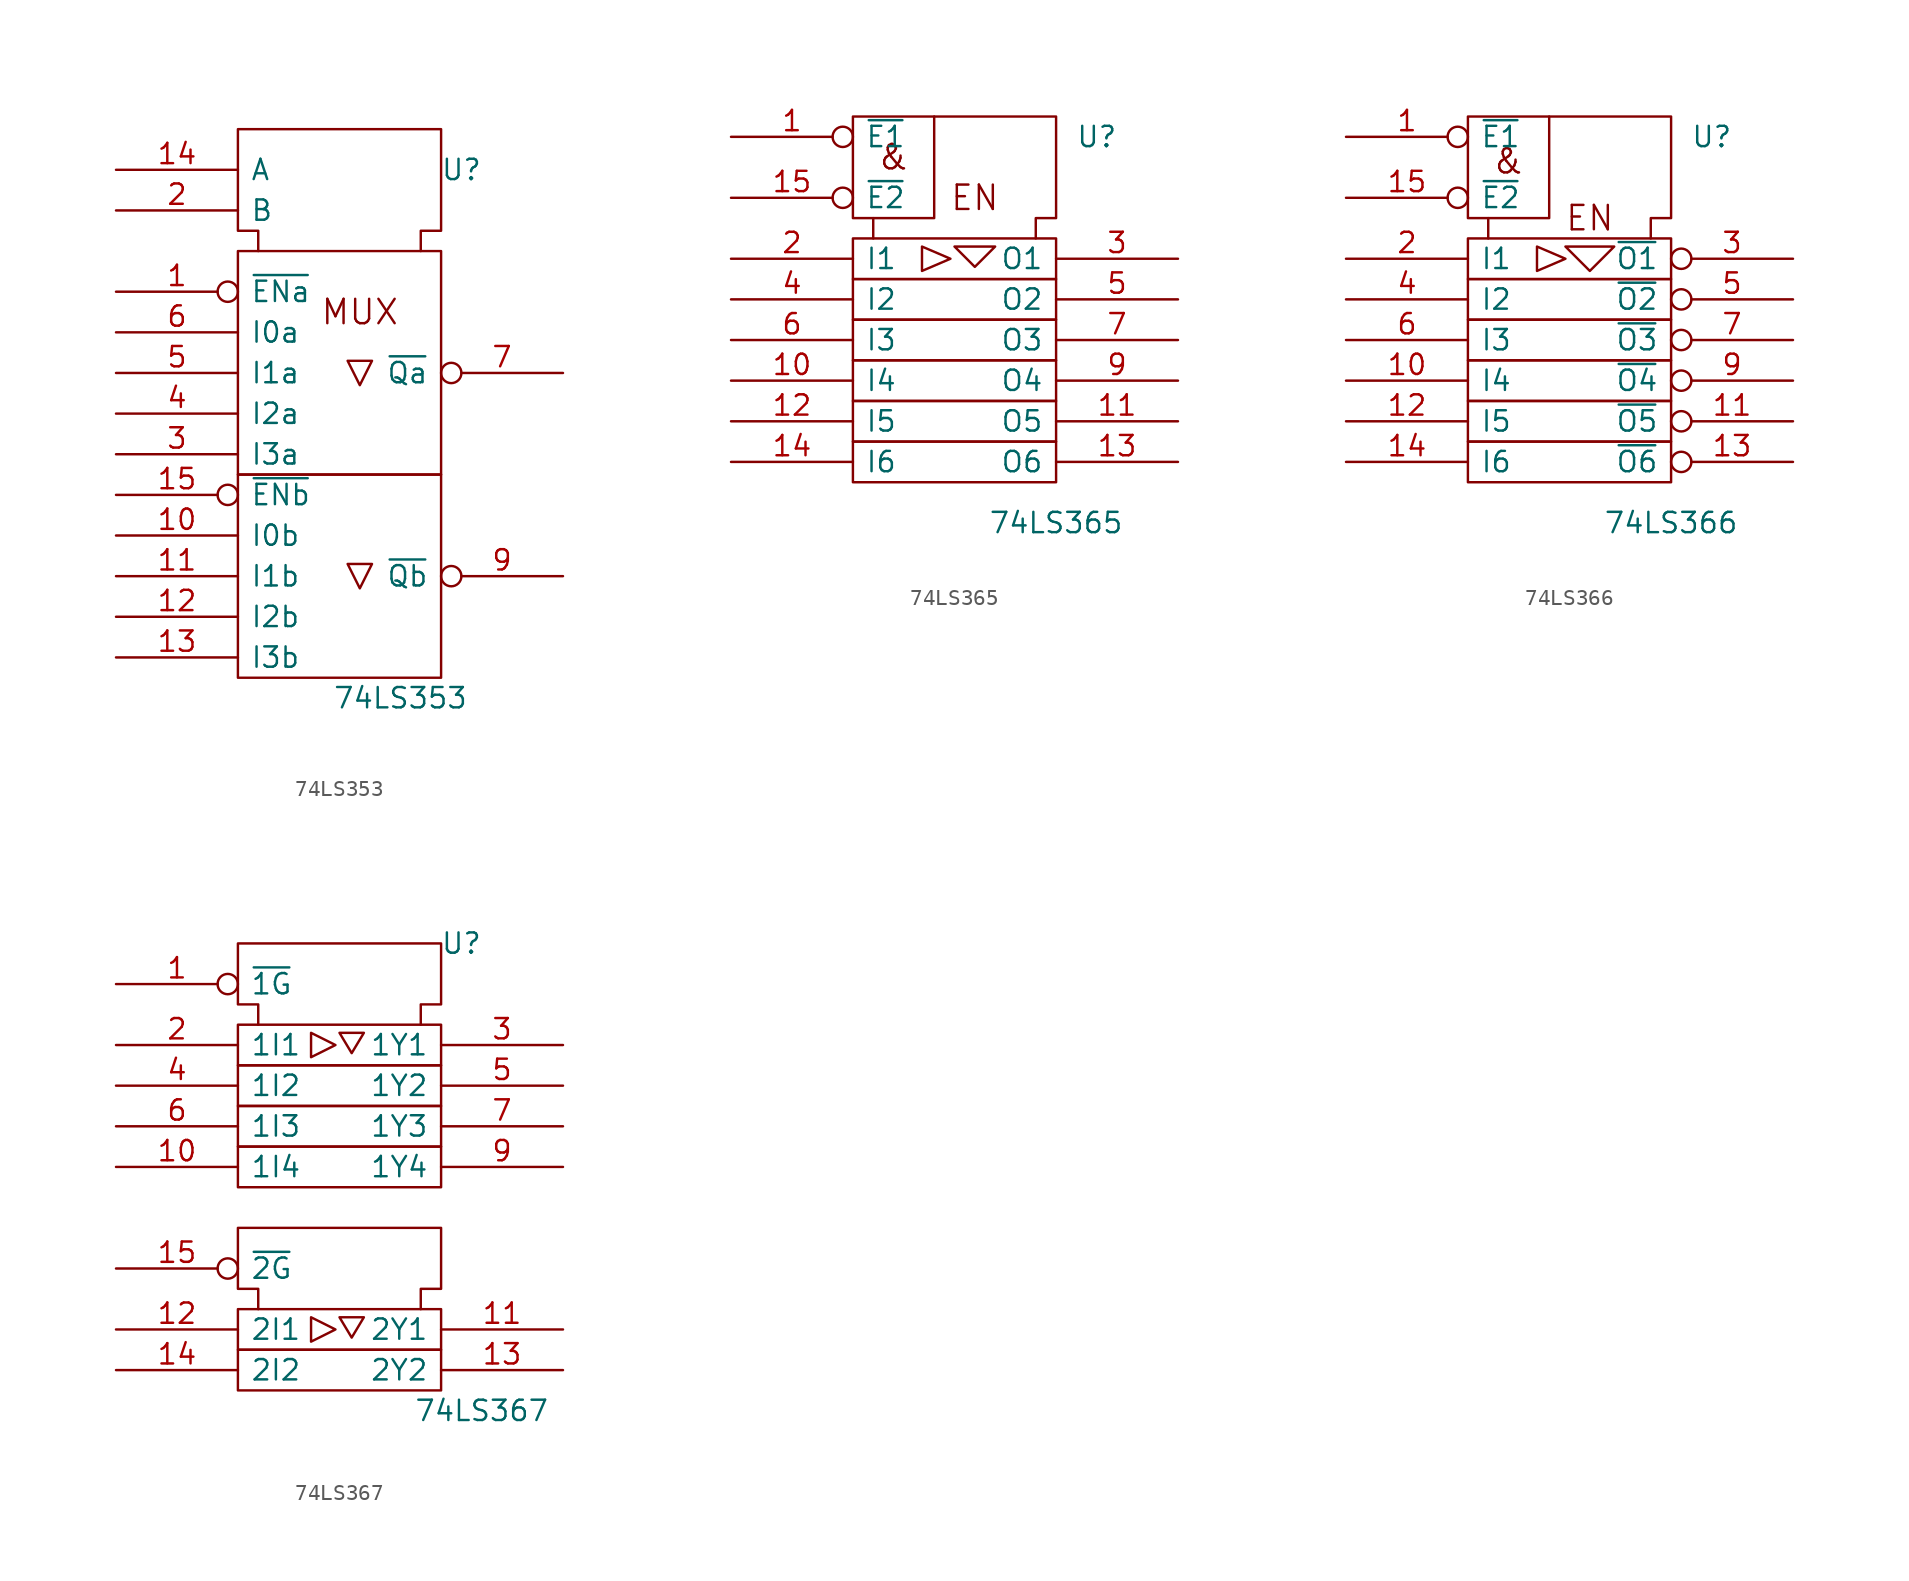
<source format=kicad_sym>
(kicad_symbol_lib
  (version 20231120)
  (generator "kicad_symbol_editor")
  (generator_version "8.0")
  (symbol "74LS353"
    (pin_names
      (offset 0.762))
    (property "Reference" "U"
      (at 7.62 16.51 0)
      (effects (font (size 1.27 1.27))))
    (property "Value" "74LS353"
      (at 3.81 -16.51 0)
      (effects (font (size 1.27 1.27))))
    (symbol "74LS353_0_0"
      (rectangle (start -6.35 -2.54) (end 6.35 -15.24) (stroke (width 0) (type default)) (fill (type none)))
      (rectangle (start -6.35 11.43) (end 6.35 -2.54) (stroke (width 0) (type default)) (fill (type none)))
      (polyline (pts (xy 2.032 -8.128) (xy 0.508 -8.128) (xy 1.27 -9.652) (xy 2.032 -8.128) (xy 2.032 -8.128)) (stroke (width 0) (type default)) (fill (type none)))
      (polyline (pts (xy 2.032 4.572) (xy 0.508 4.572) (xy 1.27 3.048) (xy 2.032 4.572) (xy 2.032 4.572)) (stroke (width 0) (type default)) (fill (type none)))
      (polyline (pts (xy -5.08 11.43) (xy -5.08 12.7) (xy -6.35 12.7) (xy -6.35 19.05) (xy 6.35 19.05) (xy 6.35 12.7) (xy 5.08 12.7) (xy 5.08 11.43) (xy 5.08 11.43)) (stroke (width 0) (type default)) (fill (type none)))
      (text "MUX" (at 1.27 7.62 0) (effects (font (size 1.524 1.524))))
      (pin power_in line (at 3.81 19.05 270) (length 0) hide (name "VCC" (effects (font (size 1.27 1.27)))) (number "16" (effects (font (size 1.27 1.27)))))
      (pin power_in line (at 0 19.05 270) (length 0) hide (name "GND" (effects (font (size 1.27 1.27)))) (number "8" (effects (font (size 1.27 1.27))))))
    (symbol "74LS353_1_1"
      (pin input inverted (at -13.97 8.89 0) (length 7.62) (name "~{ENa}" (effects (font (size 1.27 1.27)))) (number "1" (effects (font (size 1.27 1.27)))))
      (pin input line (at -13.97 -6.35 0) (length 7.62) (name "I0b" (effects (font (size 1.27 1.27)))) (number "10" (effects (font (size 1.27 1.27)))))
      (pin input line (at -13.97 -8.89 0) (length 7.62) (name "I1b" (effects (font (size 1.27 1.27)))) (number "11" (effects (font (size 1.27 1.27)))))
      (pin input line (at -13.97 -11.43 0) (length 7.62) (name "I2b" (effects (font (size 1.27 1.27)))) (number "12" (effects (font (size 1.27 1.27)))))
      (pin input line (at -13.97 -13.97 0) (length 7.62) (name "I3b" (effects (font (size 1.27 1.27)))) (number "13" (effects (font (size 1.27 1.27)))))
      (pin input line (at -13.97 16.51 0) (length 7.62) (name "A" (effects (font (size 1.27 1.27)))) (number "14" (effects (font (size 1.27 1.27)))))
      (pin input inverted (at -13.97 -3.81 0) (length 7.62) (name "~{ENb}" (effects (font (size 1.27 1.27)))) (number "15" (effects (font (size 1.27 1.27)))))
      (pin input line (at -13.97 13.97 0) (length 7.62) (name "B" (effects (font (size 1.27 1.27)))) (number "2" (effects (font (size 1.27 1.27)))))
      (pin input line (at -13.97 -1.27 0) (length 7.62) (name "I3a" (effects (font (size 1.27 1.27)))) (number "3" (effects (font (size 1.27 1.27)))))
      (pin input line (at -13.97 1.27 0) (length 7.62) (name "I2a" (effects (font (size 1.27 1.27)))) (number "4" (effects (font (size 1.27 1.27)))))
      (pin input line (at -13.97 3.81 0) (length 7.62) (name "I1a" (effects (font (size 1.27 1.27)))) (number "5" (effects (font (size 1.27 1.27)))))
      (pin input line (at -13.97 6.35 0) (length 7.62) (name "I0a" (effects (font (size 1.27 1.27)))) (number "6" (effects (font (size 1.27 1.27)))))
      (pin tri_state inverted (at 13.97 3.81 180) (length 7.62) (name "~{Qa}" (effects (font (size 1.27 1.27)))) (number "7" (effects (font (size 1.27 1.27)))))
      (pin tri_state inverted (at 13.97 -8.89 180) (length 7.62) (name "~{Qb}" (effects (font (size 1.27 1.27)))) (number "9" (effects (font (size 1.27 1.27)))))))
  (symbol "74LS365"
    (pin_names
      (offset 0.762))
    (property "Reference" "U"
      (at 8.89 12.7 0)
      (effects (font (size 1.27 1.27))))
    (property "Value" "74LS365"
      (at 6.35 -11.43 0)
      (effects (font (size 1.27 1.27))))
    (symbol "74LS365_0_0"
      (polyline (pts (xy -2.032 5.842) (xy -2.032 4.318) (xy -0.254 5.08) (xy -2.032 5.842) (xy -2.032 5.842)) (stroke (width 0) (type default)) (fill (type none)))
      (text "&" (at -3.81 11.43 0) (effects (font (size 1.524 1.524))))
      (text "EN" (at 1.27 8.89 0) (effects (font (size 1.524 1.524))))
      (pin power_in line (at 1.27 13.97 270) (length 0) hide (name "GND" (effects (font (size 1.27 1.27)))) (number "8" (effects (font (size 1.27 1.27))))))
    (symbol "74LS365_0_1"
      (rectangle (start -6.35 -6.35) (end 6.35 -8.89) (stroke (width 0) (type default)) (fill (type none)))
      (rectangle (start -6.35 -3.81) (end 6.35 -6.35) (stroke (width 0) (type default)) (fill (type none)))
      (rectangle (start -6.35 -1.27) (end 6.35 -3.81) (stroke (width 0) (type default)) (fill (type none)))
      (rectangle (start -6.35 1.27) (end 6.35 -1.27) (stroke (width 0) (type default)) (fill (type none)))
      (rectangle (start -6.35 3.81) (end 6.35 1.27) (stroke (width 0) (type default)) (fill (type none)))
      (rectangle (start -6.35 6.35) (end 6.35 3.81) (stroke (width 0) (type default)) (fill (type none)))
      (polyline (pts (xy -1.27 13.97) (xy -1.27 7.62) (xy -5.08 7.62) (xy -5.08 7.62)) (stroke (width 0) (type default)) (fill (type none)))
      (polyline (pts (xy 0 5.842) (xy 2.54 5.842) (xy 1.27 4.572) (xy 0 5.842) (xy 0 5.842)) (stroke (width 0) (type default)) (fill (type none)))
      (polyline (pts (xy -5.08 6.35) (xy -5.08 7.62) (xy -6.35 7.62) (xy -6.35 13.97) (xy 6.35 13.97) (xy 6.35 7.62) (xy 5.08 7.62) (xy 5.08 6.35) (xy 5.08 6.35)) (stroke (width 0) (type default)) (fill (type none)))
      (pin power_in line (at 5.08 13.97 270) (length 0) hide (name "VCC" (effects (font (size 1.27 1.27)))) (number "16" (effects (font (size 1.27 1.27))))))
    (symbol "74LS365_1_1"
      (pin input inverted (at -13.97 12.7 0) (length 7.62) (name "~{E1}" (effects (font (size 1.27 1.27)))) (number "1" (effects (font (size 1.27 1.27)))))
      (pin input line (at -13.97 -2.54 0) (length 7.62) (name "I4" (effects (font (size 1.27 1.27)))) (number "10" (effects (font (size 1.27 1.27)))))
      (pin tri_state line (at 13.97 -5.08 180) (length 7.62) (name "O5" (effects (font (size 1.27 1.27)))) (number "11" (effects (font (size 1.27 1.27)))))
      (pin input line (at -13.97 -5.08 0) (length 7.62) (name "I5" (effects (font (size 1.27 1.27)))) (number "12" (effects (font (size 1.27 1.27)))))
      (pin tri_state line (at 13.97 -7.62 180) (length 7.62) (name "O6" (effects (font (size 1.27 1.27)))) (number "13" (effects (font (size 1.27 1.27)))))
      (pin input line (at -13.97 -7.62 0) (length 7.62) (name "I6" (effects (font (size 1.27 1.27)))) (number "14" (effects (font (size 1.27 1.27)))))
      (pin input inverted (at -13.97 8.89 0) (length 7.62) (name "~{E2}" (effects (font (size 1.27 1.27)))) (number "15" (effects (font (size 1.27 1.27)))))
      (pin input line (at -13.97 5.08 0) (length 7.62) (name "I1" (effects (font (size 1.27 1.27)))) (number "2" (effects (font (size 1.27 1.27)))))
      (pin tri_state line (at 13.97 5.08 180) (length 7.62) (name "O1" (effects (font (size 1.27 1.27)))) (number "3" (effects (font (size 1.27 1.27)))))
      (pin input line (at -13.97 2.54 0) (length 7.62) (name "I2" (effects (font (size 1.27 1.27)))) (number "4" (effects (font (size 1.27 1.27)))))
      (pin tri_state line (at 13.97 2.54 180) (length 7.62) (name "O2" (effects (font (size 1.27 1.27)))) (number "5" (effects (font (size 1.27 1.27)))))
      (pin input line (at -13.97 0 0) (length 7.62) (name "I3" (effects (font (size 1.27 1.27)))) (number "6" (effects (font (size 1.27 1.27)))))
      (pin tri_state line (at 13.97 0 180) (length 7.62) (name "O3" (effects (font (size 1.27 1.27)))) (number "7" (effects (font (size 1.27 1.27)))))
      (pin tri_state line (at 13.97 -2.54 180) (length 7.62) (name "O4" (effects (font (size 1.27 1.27)))) (number "9" (effects (font (size 1.27 1.27)))))))
  (symbol "74LS366"
    (pin_names
      (offset 0.762))
    (property "Reference" "U"
      (at 8.89 12.7 0)
      (effects (font (size 1.27 1.27))))
    (property "Value" "74LS366"
      (at 6.35 -11.43 0)
      (effects (font (size 1.27 1.27))))
    (symbol "74LS366_0_0"
      (polyline (pts (xy -2.032 5.842) (xy -2.032 4.318) (xy -0.254 5.08) (xy -2.032 5.842) (xy -2.032 5.842)) (stroke (width 0) (type default)) (fill (type none)))
      (polyline (pts (xy -0.254 5.842) (xy 1.27 4.318) (xy 2.794 5.842) (xy -0.254 5.842) (xy -0.254 5.842)) (stroke (width 0) (type default)) (fill (type none)))
      (text "&" (at -3.81 11.176 0) (effects (font (size 1.524 1.524))))
      (text "EN" (at 1.27 7.62 0) (effects (font (size 1.524 1.524))))
      (pin power_in line (at 1.27 13.97 270) (length 0) hide (name "GND" (effects (font (size 1.27 1.27)))) (number "8" (effects (font (size 1.27 1.27))))))
    (symbol "74LS366_0_1"
      (rectangle (start -6.35 -6.35) (end 6.35 -8.89) (stroke (width 0) (type default)) (fill (type none)))
      (rectangle (start -6.35 -3.81) (end 6.35 -6.35) (stroke (width 0) (type default)) (fill (type none)))
      (rectangle (start -6.35 -1.27) (end 6.35 -3.81) (stroke (width 0) (type default)) (fill (type none)))
      (rectangle (start -6.35 1.27) (end 6.35 -1.27) (stroke (width 0) (type default)) (fill (type none)))
      (rectangle (start -6.35 3.81) (end 6.35 1.27) (stroke (width 0) (type default)) (fill (type none)))
      (rectangle (start -6.35 6.35) (end 6.35 3.81) (stroke (width 0) (type default)) (fill (type none)))
      (polyline (pts (xy -1.27 13.97) (xy -1.27 7.62) (xy -5.08 7.62) (xy -5.08 7.62)) (stroke (width 0) (type default)) (fill (type none)))
      (polyline (pts (xy -5.08 6.35) (xy -5.08 7.62) (xy -6.35 7.62) (xy -6.35 13.97) (xy 6.35 13.97) (xy 6.35 7.62) (xy 5.08 7.62) (xy 5.08 6.35) (xy 5.08 6.35)) (stroke (width 0) (type default)) (fill (type none)))
      (pin power_in line (at 5.08 13.97 270) (length 0) hide (name "VCC" (effects (font (size 1.27 1.27)))) (number "16" (effects (font (size 1.27 1.27))))))
    (symbol "74LS366_1_1"
      (pin input inverted (at -13.97 12.7 0) (length 7.62) (name "~{E1}" (effects (font (size 1.27 1.27)))) (number "1" (effects (font (size 1.27 1.27)))))
      (pin input line (at -13.97 -2.54 0) (length 7.62) (name "I4" (effects (font (size 1.27 1.27)))) (number "10" (effects (font (size 1.27 1.27)))))
      (pin tri_state inverted (at 13.97 -5.08 180) (length 7.62) (name "~{O5}" (effects (font (size 1.27 1.27)))) (number "11" (effects (font (size 1.27 1.27)))))
      (pin input line (at -13.97 -5.08 0) (length 7.62) (name "I5" (effects (font (size 1.27 1.27)))) (number "12" (effects (font (size 1.27 1.27)))))
      (pin tri_state inverted (at 13.97 -7.62 180) (length 7.62) (name "~{O6}" (effects (font (size 1.27 1.27)))) (number "13" (effects (font (size 1.27 1.27)))))
      (pin input line (at -13.97 -7.62 0) (length 7.62) (name "I6" (effects (font (size 1.27 1.27)))) (number "14" (effects (font (size 1.27 1.27)))))
      (pin input inverted (at -13.97 8.89 0) (length 7.62) (name "~{E2}" (effects (font (size 1.27 1.27)))) (number "15" (effects (font (size 1.27 1.27)))))
      (pin input line (at -13.97 5.08 0) (length 7.62) (name "I1" (effects (font (size 1.27 1.27)))) (number "2" (effects (font (size 1.27 1.27)))))
      (pin tri_state inverted (at 13.97 5.08 180) (length 7.62) (name "~{O1}" (effects (font (size 1.27 1.27)))) (number "3" (effects (font (size 1.27 1.27)))))
      (pin input line (at -13.97 2.54 0) (length 7.62) (name "I2" (effects (font (size 1.27 1.27)))) (number "4" (effects (font (size 1.27 1.27)))))
      (pin tri_state inverted (at 13.97 2.54 180) (length 7.62) (name "~{O2}" (effects (font (size 1.27 1.27)))) (number "5" (effects (font (size 1.27 1.27)))))
      (pin input line (at -13.97 0 0) (length 7.62) (name "I3" (effects (font (size 1.27 1.27)))) (number "6" (effects (font (size 1.27 1.27)))))
      (pin tri_state inverted (at 13.97 0 180) (length 7.62) (name "~{O3}" (effects (font (size 1.27 1.27)))) (number "7" (effects (font (size 1.27 1.27)))))
      (pin tri_state inverted (at 13.97 -2.54 180) (length 7.62) (name "~{O4}" (effects (font (size 1.27 1.27)))) (number "9" (effects (font (size 1.27 1.27)))))))
  (symbol "74LS367"
    (pin_names
      (offset 0.762))
    (property "Reference" "U"
      (at 7.62 8.89 0)
      (effects (font (size 1.27 1.27))))
    (property "Value" "74LS367"
      (at 8.89 -20.32 0)
      (effects (font (size 1.27 1.27))))
    (symbol "74LS367_0_0"
      (rectangle (start -6.35 -16.51) (end 6.35 -19.05) (stroke (width 0) (type default)) (fill (type none)))
      (rectangle (start -6.35 -13.97) (end 6.35 -16.51) (stroke (width 0) (type default)) (fill (type none)))
      (rectangle (start -6.35 -3.81) (end 6.35 -6.35) (stroke (width 0) (type default)) (fill (type none)))
      (rectangle (start -6.35 -1.27) (end 6.35 -3.81) (stroke (width 0) (type default)) (fill (type none)))
      (rectangle (start -6.35 1.27) (end 6.35 -1.27) (stroke (width 0) (type default)) (fill (type none)))
      (rectangle (start -6.35 3.81) (end 6.35 1.27) (stroke (width 0) (type default)) (fill (type none)))
      (polyline (pts (xy -1.778 -14.478) (xy -1.778 -16.002) (xy -0.254 -15.24) (xy -1.778 -14.478) (xy -1.778 -14.478)) (stroke (width 0) (type default)) (fill (type none)))
      (polyline (pts (xy -1.778 3.302) (xy -0.254 2.54) (xy -1.778 1.778) (xy -1.778 3.302) (xy -1.778 3.302)) (stroke (width 0) (type default)) (fill (type none)))
      (polyline (pts (xy -5.08 -13.97) (xy -5.08 -12.7) (xy -6.35 -12.7) (xy -6.35 -8.89) (xy 6.35 -8.89) (xy 6.35 -12.7) (xy 5.08 -12.7) (xy 5.08 -13.97) (xy 5.08 -13.97)) (stroke (width 0) (type default)) (fill (type none)))
      (polyline (pts (xy -5.08 3.81) (xy -5.08 5.08) (xy -6.35 5.08) (xy -6.35 8.89) (xy 6.35 8.89) (xy 6.35 5.08) (xy 5.08 5.08) (xy 5.08 3.81) (xy 5.08 3.81)) (stroke (width 0) (type default)) (fill (type none)))
      (pin power_in line (at 5.08 8.89 270) (length 0) hide (name "VCC" (effects (font (size 1.27 1.27)))) (number "16" (effects (font (size 1.27 1.27)))))
      (pin power_in line (at 1.27 8.89 270) (length 0) hide (name "GND" (effects (font (size 1.27 1.27)))) (number "8" (effects (font (size 1.27 1.27))))))
    (symbol "74LS367_0_1"
      (polyline (pts (xy 0 -14.478) (xy 1.524 -14.478) (xy 0.762 -15.748) (xy 0 -14.478) (xy 0 -14.478)) (stroke (width 0) (type default)) (fill (type none)))
      (polyline (pts (xy 0 3.302) (xy 1.524 3.302) (xy 0.762 2.032) (xy 0 3.302) (xy 0 3.302)) (stroke (width 0) (type default)) (fill (type none))))
    (symbol "74LS367_1_1"
      (pin input inverted (at -13.97 6.35 0) (length 7.62) (name "~{1G}" (effects (font (size 1.27 1.27)))) (number "1" (effects (font (size 1.27 1.27)))))
      (pin input line (at -13.97 -5.08 0) (length 7.62) (name "1I4" (effects (font (size 1.27 1.27)))) (number "10" (effects (font (size 1.27 1.27)))))
      (pin tri_state line (at 13.97 -15.24 180) (length 7.62) (name "2Y1" (effects (font (size 1.27 1.27)))) (number "11" (effects (font (size 1.27 1.27)))))
      (pin input line (at -13.97 -15.24 0) (length 7.62) (name "2I1" (effects (font (size 1.27 1.27)))) (number "12" (effects (font (size 1.27 1.27)))))
      (pin tri_state line (at 13.97 -17.78 180) (length 7.62) (name "2Y2" (effects (font (size 1.27 1.27)))) (number "13" (effects (font (size 1.27 1.27)))))
      (pin input line (at -13.97 -17.78 0) (length 7.62) (name "2I2" (effects (font (size 1.27 1.27)))) (number "14" (effects (font (size 1.27 1.27)))))
      (pin input inverted (at -13.97 -11.43 0) (length 7.62) (name "~{2G}" (effects (font (size 1.27 1.27)))) (number "15" (effects (font (size 1.27 1.27)))))
      (pin input line (at -13.97 2.54 0) (length 7.62) (name "1I1" (effects (font (size 1.27 1.27)))) (number "2" (effects (font (size 1.27 1.27)))))
      (pin tri_state line (at 13.97 2.54 180) (length 7.62) (name "1Y1" (effects (font (size 1.27 1.27)))) (number "3" (effects (font (size 1.27 1.27)))))
      (pin input line (at -13.97 0 0) (length 7.62) (name "1I2" (effects (font (size 1.27 1.27)))) (number "4" (effects (font (size 1.27 1.27)))))
      (pin tri_state line (at 13.97 0 180) (length 7.62) (name "1Y2" (effects (font (size 1.27 1.27)))) (number "5" (effects (font (size 1.27 1.27)))))
      (pin input line (at -13.97 -2.54 0) (length 7.62) (name "1I3" (effects (font (size 1.27 1.27)))) (number "6" (effects (font (size 1.27 1.27)))))
      (pin tri_state line (at 13.97 -2.54 180) (length 7.62) (name "1Y3" (effects (font (size 1.27 1.27)))) (number "7" (effects (font (size 1.27 1.27)))))
      (pin tri_state line (at 13.97 -5.08 180) (length 7.62) (name "1Y4" (effects (font (size 1.27 1.27)))) (number "9" (effects (font (size 1.27 1.27))))))))
</source>
